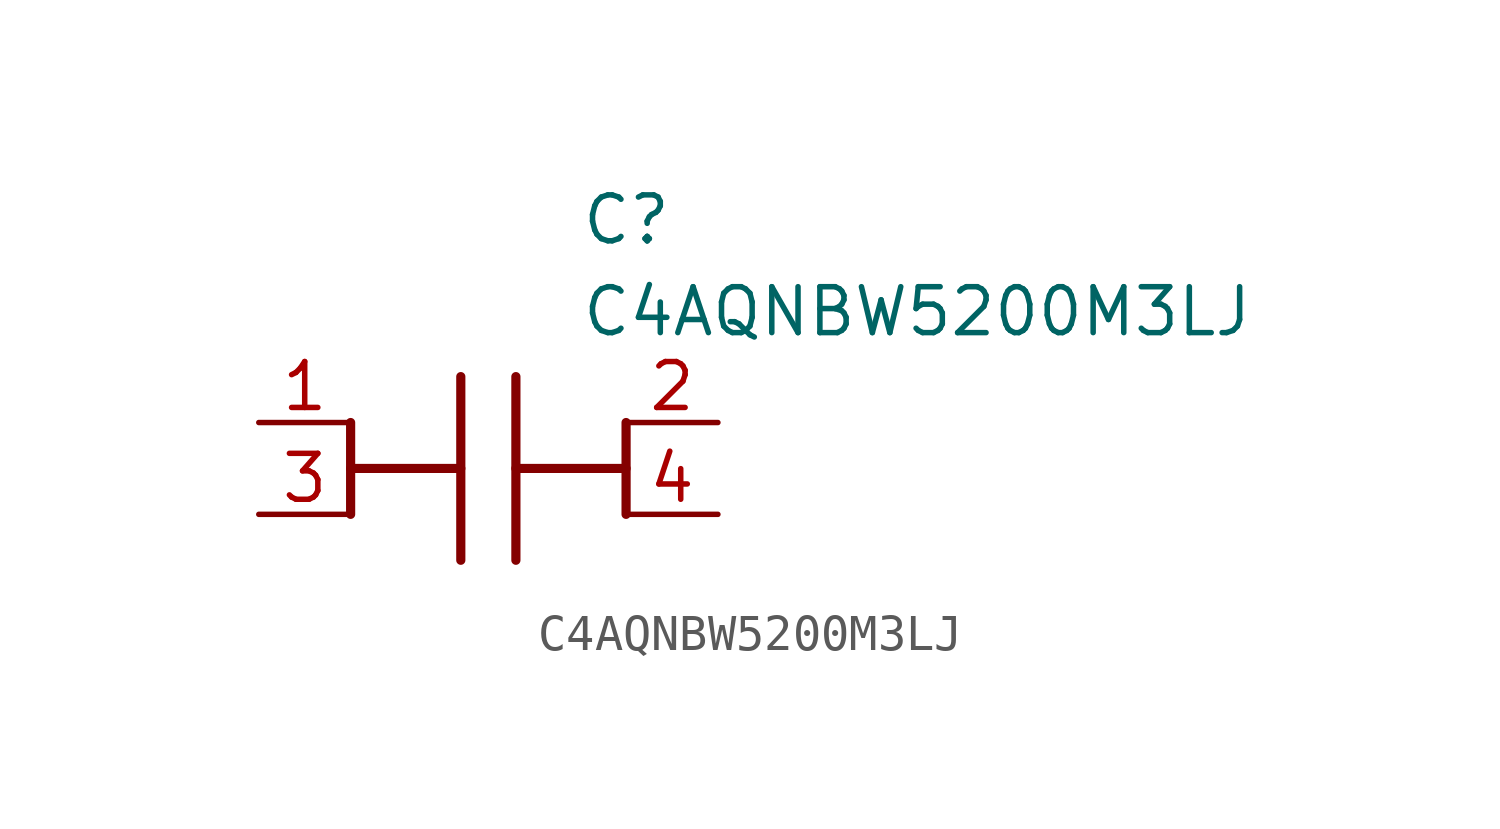
<source format=kicad_sym>
(kicad_symbol_lib
  (version 20211014)
  (generator SamacSys_ECAD_Model)
  (symbol "C4AQNBW5200M3LJ"
    (pin_names hide)
    (property "Reference" "C"
      (at 8.89 7.62 0)
      (effects (font (size 1.27 1.27)) (justify left top)))
    (property "Value" "C4AQNBW5200M3LJ"
      (at 8.89 5.08 0)
      (effects (font (size 1.27 1.27)) (justify left top)))
    (polyline
      (pts (xy 5.588 2.54) (xy 5.588 -2.54))
      (stroke (width 0.254) (type default))
      (fill (type none)))
    (polyline
      (pts (xy 7.112 2.54) (xy 7.112 -2.54))
      (stroke (width 0.254) (type default))
      (fill (type none)))
    (polyline
      (pts (xy 2.54 0) (xy 5.588 0))
      (stroke (width 0.254) (type default))
      (fill (type none)))
    (polyline
      (pts (xy 10.16 0) (xy 7.112 0))
      (stroke (width 0.254) (type default))
      (fill (type none)))
    (polyline
      (pts (xy 2.54 1.27) (xy 2.54 -1.27))
      (stroke (width 0.254) (type default))
      (fill (type none)))
    (polyline
      (pts (xy 10.16 1.27) (xy 10.16 -1.27))
      (stroke (width 0.254) (type default))
      (fill (type none)))
    (pin passive line
      (at 0 1.27 0)
      (length 2.54)
      (name "1" (effects (font (size 1.27 1.27))))
      (number "1" (effects (font (size 1.27 1.27)))))
    (pin passive line
      (at 12.7 1.27 180)
      (length 2.54)
      (name "2" (effects (font (size 1.27 1.27))))
      (number "2" (effects (font (size 1.27 1.27)))))
    (pin passive line
      (at 0 -1.27 0)
      (length 2.54)
      (name "3" (effects (font (size 1.27 1.27))))
      (number "3" (effects (font (size 1.27 1.27)))))
    (pin passive line
      (at 12.7 -1.27 180)
      (length 2.54)
      (name "4" (effects (font (size 1.27 1.27))))
      (number "4" (effects (font (size 1.27 1.27)))))))
</source>
